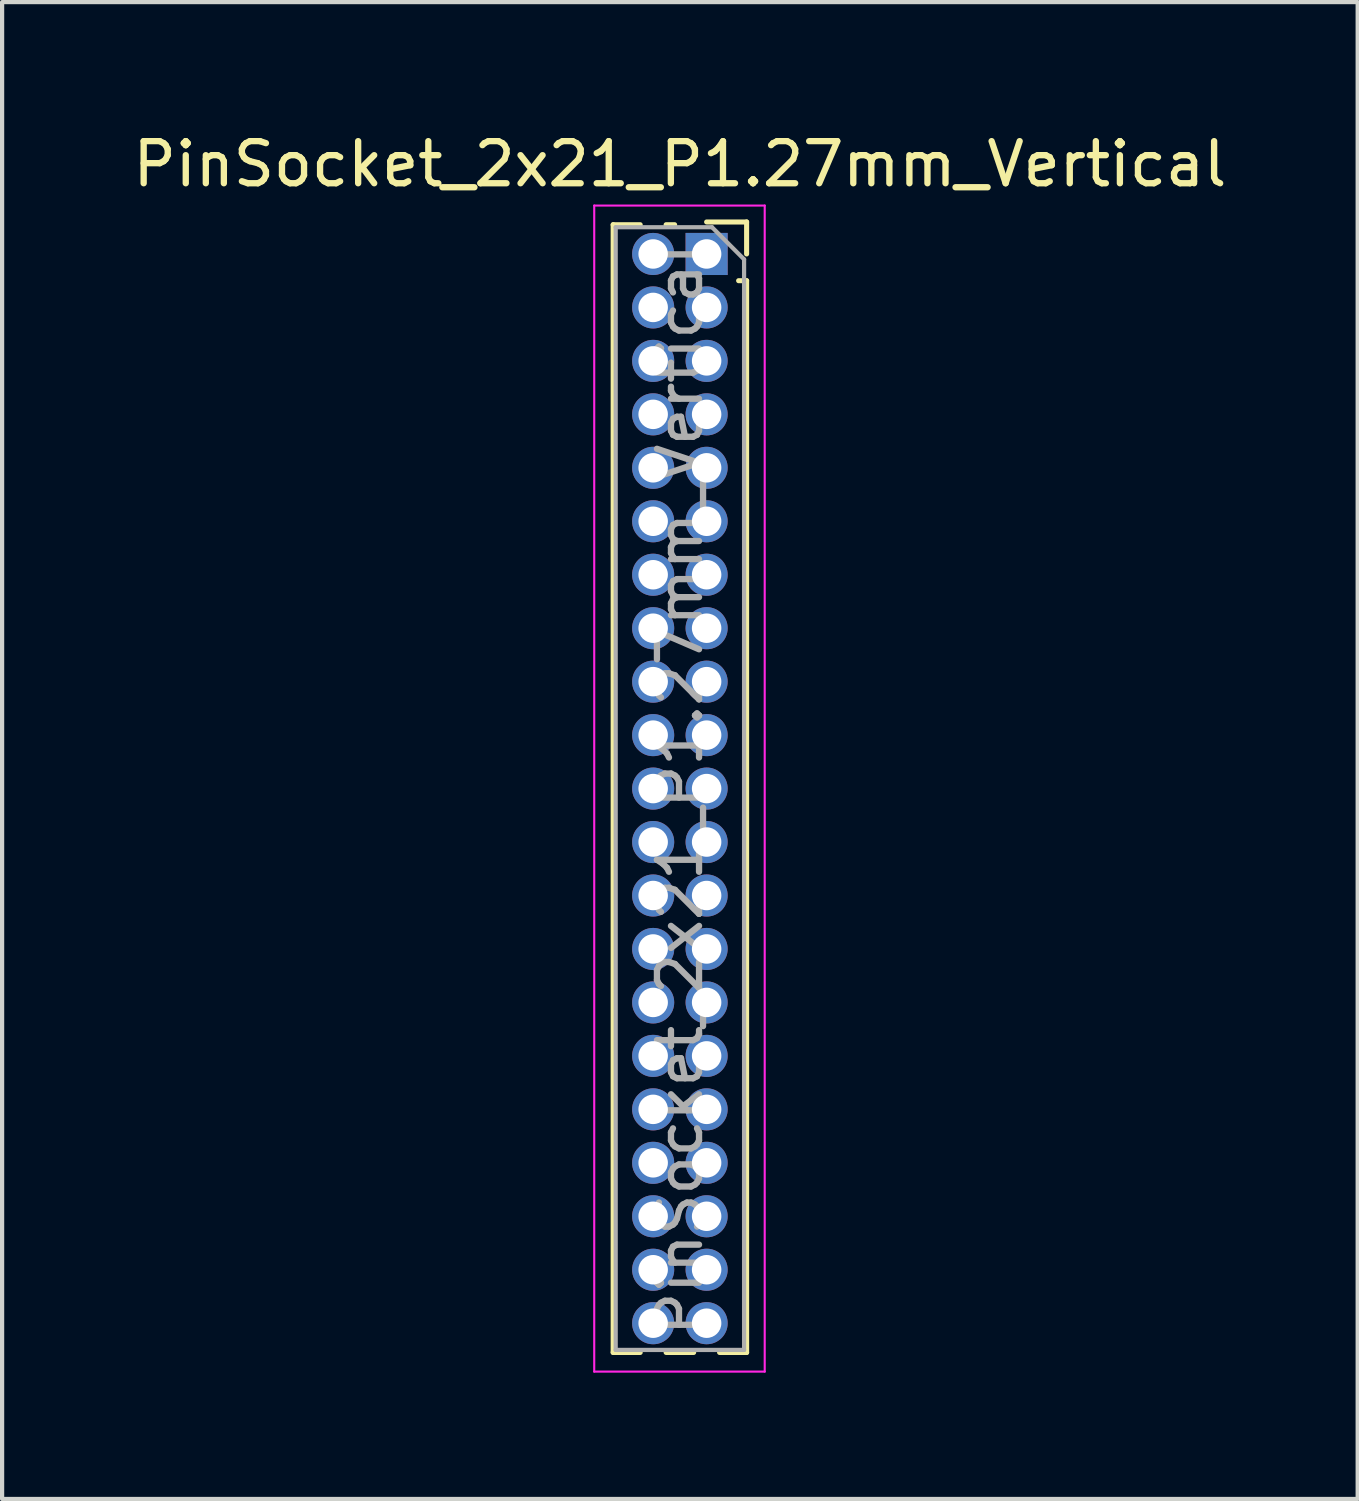
<source format=kicad_pcb>
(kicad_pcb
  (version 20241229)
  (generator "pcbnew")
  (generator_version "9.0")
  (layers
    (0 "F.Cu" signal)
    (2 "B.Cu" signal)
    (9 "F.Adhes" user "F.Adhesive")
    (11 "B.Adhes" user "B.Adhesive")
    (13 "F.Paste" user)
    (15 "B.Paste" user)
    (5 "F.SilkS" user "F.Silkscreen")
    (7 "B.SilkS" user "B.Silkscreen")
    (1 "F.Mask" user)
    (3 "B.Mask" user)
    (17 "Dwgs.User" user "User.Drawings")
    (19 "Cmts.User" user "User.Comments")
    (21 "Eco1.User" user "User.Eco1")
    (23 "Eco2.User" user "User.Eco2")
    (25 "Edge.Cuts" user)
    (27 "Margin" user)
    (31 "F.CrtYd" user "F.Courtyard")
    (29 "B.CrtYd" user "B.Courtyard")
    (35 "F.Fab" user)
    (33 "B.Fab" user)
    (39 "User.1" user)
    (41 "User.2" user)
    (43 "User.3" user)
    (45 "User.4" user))
  (footprint "PinSocket_2x21_P1.27mm_Vertical"
    (layer "F.Cu")
    (at 13.736 2.983)
    (property "Reference" "PinSocket_2x21_P1.27mm_Vertical" (at -0.635 -2.135 0) (layer "F.SilkS") (effects (font (size 1 1) (thickness 0.15))))
    (attr through_hole)
    (fp_line (start -2.22 -0.695) (end -2.22 26.095) (stroke (width 0.12) (type solid)) (layer "F.SilkS"))
    (fp_line (start -2.22 -0.695) (end -1.578 -0.695) (stroke (width 0.12) (type solid)) (layer "F.SilkS"))
    (fp_line (start -2.22 26.095) (end -1.578 26.095) (stroke (width 0.12) (type solid)) (layer "F.SilkS"))
    (fp_line (start -0.962 -0.695) (end -0.76 -0.695) (stroke (width 0.12) (type solid)) (layer "F.SilkS"))
    (fp_line (start -0.962 26.095) (end -0.308 26.095) (stroke (width 0.12) (type solid)) (layer "F.SilkS"))
    (fp_line (start 0 -0.76) (end 0.95 -0.76) (stroke (width 0.12) (type solid)) (layer "F.SilkS"))
    (fp_line (start 0.308 26.095) (end 0.95 26.095) (stroke (width 0.12) (type solid)) (layer "F.SilkS"))
    (fp_line (start 0.76 0.635) (end 0.95 0.635) (stroke (width 0.12) (type solid)) (layer "F.SilkS"))
    (fp_line (start 0.95 -0.76) (end 0.95 0) (stroke (width 0.12) (type solid)) (layer "F.SilkS"))
    (fp_line (start 0.95 0.635) (end 0.95 26.095) (stroke (width 0.12) (type solid)) (layer "F.SilkS"))
    (fp_line (start -2.67 -1.15) (end 1.38 -1.15) (stroke (width 0.05) (type solid)) (layer "F.CrtYd"))
    (fp_line (start -2.67 26.55) (end -2.67 -1.15) (stroke (width 0.05) (type solid)) (layer "F.CrtYd"))
    (fp_line (start 1.38 -1.15) (end 1.38 26.55) (stroke (width 0.05) (type solid)) (layer "F.CrtYd"))
    (fp_line (start 1.38 26.55) (end -2.67 26.55) (stroke (width 0.05) (type solid)) (layer "F.CrtYd"))
    (fp_line (start -2.16 -0.635) (end 0.128 -0.635) (stroke (width 0.1) (type solid)) (layer "F.Fab"))
    (fp_line (start -2.16 26.035) (end -2.16 -0.635) (stroke (width 0.1) (type solid)) (layer "F.Fab"))
    (fp_line (start 0.128 -0.635) (end 0.89 0.128) (stroke (width 0.1) (type solid)) (layer "F.Fab"))
    (fp_line (start 0.89 0.128) (end 0.89 26.035) (stroke (width 0.1) (type solid)) (layer "F.Fab"))
    (fp_line (start 0.89 26.035) (end -2.16 26.035) (stroke (width 0.1) (type solid)) (layer "F.Fab"))
    (fp_text user "${REFERENCE}" (at -0.635 12.7 90) (layer "F.Fab") (effects (font (size 1 1) (thickness 0.15))))
    (pad "1" thru_hole rect (at 0 0) (size 1 1) (drill 0.7) (layers "*.Cu" "*.Mask"))
    (pad "2" thru_hole oval (at -1.27 0) (size 1 1) (drill 0.7) (layers "*.Cu" "*.Mask"))
    (pad "3" thru_hole oval (at 0 1.27) (size 1 1) (drill 0.7) (layers "*.Cu" "*.Mask"))
    (pad "4" thru_hole oval (at -1.27 1.27) (size 1 1) (drill 0.7) (layers "*.Cu" "*.Mask"))
    (pad "5" thru_hole oval (at 0 2.54) (size 1 1) (drill 0.7) (layers "*.Cu" "*.Mask"))
    (pad "6" thru_hole oval (at -1.27 2.54) (size 1 1) (drill 0.7) (layers "*.Cu" "*.Mask"))
    (pad "7" thru_hole oval (at 0 3.81) (size 1 1) (drill 0.7) (layers "*.Cu" "*.Mask"))
    (pad "8" thru_hole oval (at -1.27 3.81) (size 1 1) (drill 0.7) (layers "*.Cu" "*.Mask"))
    (pad "9" thru_hole oval (at 0 5.08) (size 1 1) (drill 0.7) (layers "*.Cu" "*.Mask"))
    (pad "10" thru_hole oval (at -1.27 5.08) (size 1 1) (drill 0.7) (layers "*.Cu" "*.Mask"))
    (pad "11" thru_hole oval (at 0 6.35) (size 1 1) (drill 0.7) (layers "*.Cu" "*.Mask"))
    (pad "12" thru_hole oval (at -1.27 6.35) (size 1 1) (drill 0.7) (layers "*.Cu" "*.Mask"))
    (pad "13" thru_hole oval (at 0 7.62) (size 1 1) (drill 0.7) (layers "*.Cu" "*.Mask"))
    (pad "14" thru_hole oval (at -1.27 7.62) (size 1 1) (drill 0.7) (layers "*.Cu" "*.Mask"))
    (pad "15" thru_hole oval (at 0 8.89) (size 1 1) (drill 0.7) (layers "*.Cu" "*.Mask"))
    (pad "16" thru_hole oval (at -1.27 8.89) (size 1 1) (drill 0.7) (layers "*.Cu" "*.Mask"))
    (pad "17" thru_hole oval (at 0 10.16) (size 1 1) (drill 0.7) (layers "*.Cu" "*.Mask"))
    (pad "18" thru_hole oval (at -1.27 10.16) (size 1 1) (drill 0.7) (layers "*.Cu" "*.Mask"))
    (pad "19" thru_hole oval (at 0 11.43) (size 1 1) (drill 0.7) (layers "*.Cu" "*.Mask"))
    (pad "20" thru_hole oval (at -1.27 11.43) (size 1 1) (drill 0.7) (layers "*.Cu" "*.Mask"))
    (pad "21" thru_hole oval (at 0 12.7) (size 1 1) (drill 0.7) (layers "*.Cu" "*.Mask"))
    (pad "22" thru_hole oval (at -1.27 12.7) (size 1 1) (drill 0.7) (layers "*.Cu" "*.Mask"))
    (pad "23" thru_hole oval (at 0 13.97) (size 1 1) (drill 0.7) (layers "*.Cu" "*.Mask"))
    (pad "24" thru_hole oval (at -1.27 13.97) (size 1 1) (drill 0.7) (layers "*.Cu" "*.Mask"))
    (pad "25" thru_hole oval (at 0 15.24) (size 1 1) (drill 0.7) (layers "*.Cu" "*.Mask"))
    (pad "26" thru_hole oval (at -1.27 15.24) (size 1 1) (drill 0.7) (layers "*.Cu" "*.Mask"))
    (pad "27" thru_hole oval (at 0 16.51) (size 1 1) (drill 0.7) (layers "*.Cu" "*.Mask"))
    (pad "28" thru_hole oval (at -1.27 16.51) (size 1 1) (drill 0.7) (layers "*.Cu" "*.Mask"))
    (pad "29" thru_hole oval (at 0 17.78) (size 1 1) (drill 0.7) (layers "*.Cu" "*.Mask"))
    (pad "30" thru_hole oval (at -1.27 17.78) (size 1 1) (drill 0.7) (layers "*.Cu" "*.Mask"))
    (pad "31" thru_hole oval (at 0 19.05) (size 1 1) (drill 0.7) (layers "*.Cu" "*.Mask"))
    (pad "32" thru_hole oval (at -1.27 19.05) (size 1 1) (drill 0.7) (layers "*.Cu" "*.Mask"))
    (pad "33" thru_hole oval (at 0 20.32) (size 1 1) (drill 0.7) (layers "*.Cu" "*.Mask"))
    (pad "34" thru_hole oval (at -1.27 20.32) (size 1 1) (drill 0.7) (layers "*.Cu" "*.Mask"))
    (pad "35" thru_hole oval (at 0 21.59) (size 1 1) (drill 0.7) (layers "*.Cu" "*.Mask"))
    (pad "36" thru_hole oval (at -1.27 21.59) (size 1 1) (drill 0.7) (layers "*.Cu" "*.Mask"))
    (pad "37" thru_hole oval (at 0 22.86) (size 1 1) (drill 0.7) (layers "*.Cu" "*.Mask"))
    (pad "38" thru_hole oval (at -1.27 22.86) (size 1 1) (drill 0.7) (layers "*.Cu" "*.Mask"))
    (pad "39" thru_hole oval (at 0 24.13) (size 1 1) (drill 0.7) (layers "*.Cu" "*.Mask"))
    (pad "40" thru_hole oval (at -1.27 24.13) (size 1 1) (drill 0.7) (layers "*.Cu" "*.Mask"))
    (pad "41" thru_hole oval (at 0 25.4) (size 1 1) (drill 0.7) (layers "*.Cu" "*.Mask"))
    (pad "42" thru_hole oval (at -1.27 25.4) (size 1 1) (drill 0.7) (layers "*.Cu" "*.Mask")))
  (gr_rect
    (start -3 -3)
    (end 29.202 32.558)
    (stroke (width 0.1) (type default))
    (fill no)
    (layer "Edge.Cuts")))
</source>
